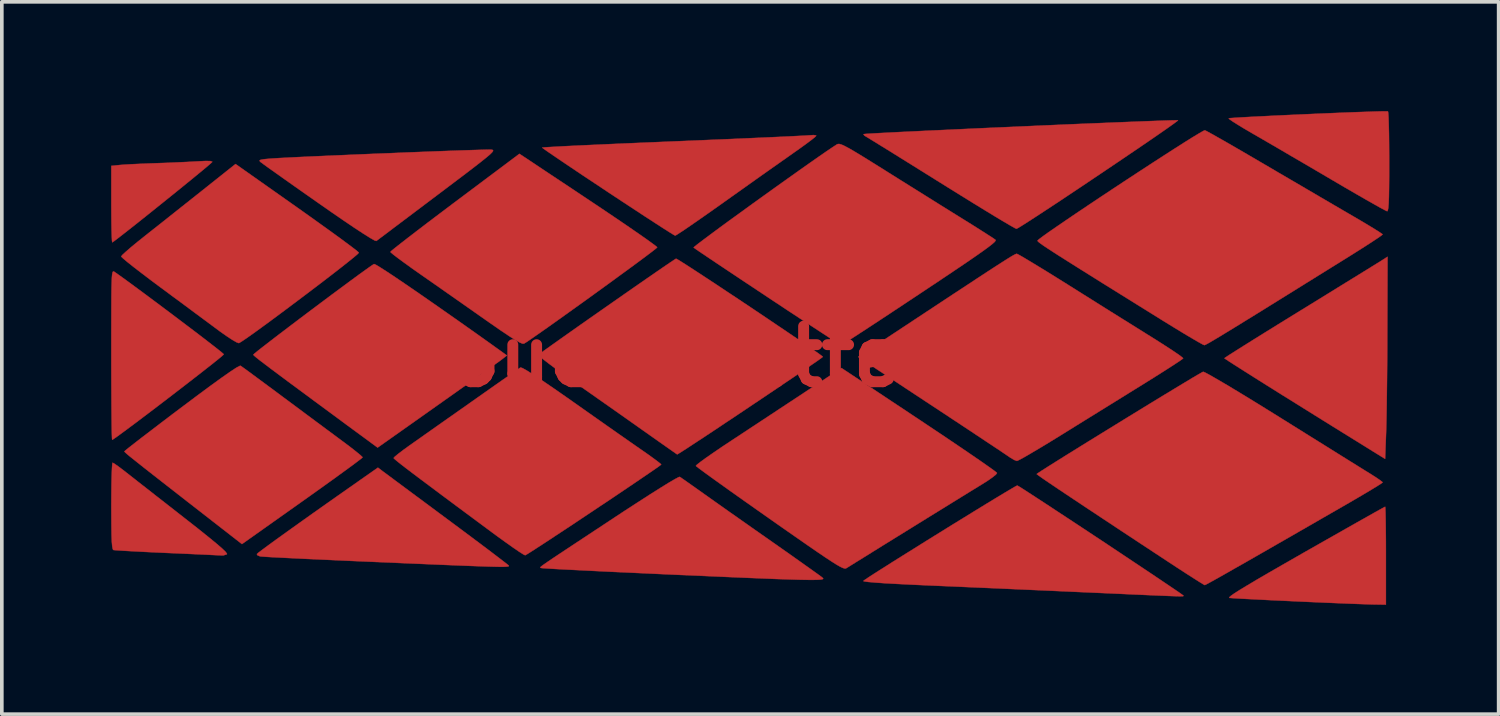
<source format=kicad_pcb>
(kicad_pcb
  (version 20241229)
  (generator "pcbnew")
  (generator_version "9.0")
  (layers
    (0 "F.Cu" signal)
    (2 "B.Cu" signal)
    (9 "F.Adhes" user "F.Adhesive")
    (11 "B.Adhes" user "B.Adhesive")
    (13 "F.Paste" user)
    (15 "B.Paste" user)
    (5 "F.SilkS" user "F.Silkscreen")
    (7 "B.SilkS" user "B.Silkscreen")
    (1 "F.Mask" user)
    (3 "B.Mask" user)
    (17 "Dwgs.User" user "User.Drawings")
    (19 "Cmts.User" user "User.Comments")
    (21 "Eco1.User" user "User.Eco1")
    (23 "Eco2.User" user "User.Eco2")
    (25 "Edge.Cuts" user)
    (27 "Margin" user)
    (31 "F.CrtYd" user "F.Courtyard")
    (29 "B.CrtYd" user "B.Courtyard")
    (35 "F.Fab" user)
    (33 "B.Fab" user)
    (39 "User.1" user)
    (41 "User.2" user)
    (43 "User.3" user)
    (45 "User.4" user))
  (footprint "touch_pattern_1"
    (layer "F.Cu")
    (at 17.521 6.738)
    (property "Reference" "touch_pattern_1" (at 0 0 0) (layer "F.Cu") (effects (font (size 1.524 1.524) (thickness 0.3))))
    (attr through_hole)
    (fp_poly (pts (xy -14.79 -5.366) (xy -14.743 -5.348) (xy -14.744 -5.344) (xy -14.781 -5.308) (xy -14.879 -5.223) (xy -15.028 -5.099) (xy -15.22 -4.941) (xy -15.445 -4.757) (xy -15.694 -4.555) (xy -15.958 -4.342) (xy -16.227 -4.126) (xy -16.492 -3.913) (xy -16.744 -3.712) (xy -16.974 -3.53) (xy -17.173 -3.374) (xy -17.331 -3.251) (xy -17.439 -3.169) (xy -17.488 -3.136) (xy -17.489 -3.136) (xy -17.497 -3.179) (xy -17.503 -3.298) (xy -17.509 -3.483) (xy -17.513 -3.72) (xy -17.515 -3.998) (xy -17.516 -4.185) (xy -17.516 -5.235) (xy -17.281 -5.259) (xy -17.155 -5.269) (xy -16.962 -5.28) (xy -16.721 -5.291) (xy -16.454 -5.302) (xy -16.284 -5.308) (xy -15.994 -5.318) (xy -15.701 -5.331) (xy -15.43 -5.343) (xy -15.209 -5.355) (xy -15.124 -5.36) (xy -14.919 -5.37) (xy -14.79 -5.366)) (stroke (width 0.01) (type solid)) (fill yes) (layer "F.Cu"))
    (fp_poly (pts (xy 17.509 -0.688) (xy 17.508 -0.235) (xy 17.505 0.217) (xy 17.501 0.654) (xy 17.496 1.063) (xy 17.491 1.43) (xy 17.485 1.743) (xy 17.479 1.987) (xy 17.476 2.087) (xy 17.449 2.808) (xy 17.135 2.614) (xy 16.571 2.264) (xy 16.032 1.93) (xy 15.522 1.613) (xy 15.046 1.316) (xy 14.609 1.044) (xy 14.216 0.798) (xy 13.871 0.581) (xy 13.58 0.397) (xy 13.346 0.248) (xy 13.174 0.138) (xy 13.07 0.069) (xy 13.037 0.045) (xy 13.074 0.018) (xy 13.18 -0.052) (xy 13.349 -0.159) (xy 13.574 -0.301) (xy 13.848 -0.472) (xy 14.163 -0.668) (xy 14.513 -0.885) (xy 14.892 -1.119) (xy 15.131 -1.266) (xy 15.528 -1.51) (xy 15.906 -1.743) (xy 16.257 -1.96) (xy 16.574 -2.155) (xy 16.848 -2.324) (xy 17.073 -2.463) (xy 17.241 -2.567) (xy 17.344 -2.631) (xy 17.37 -2.648) (xy 17.516 -2.741) (xy 17.509 -0.688)) (stroke (width 0.01) (type solid)) (fill yes) (layer "F.Cu"))
    (fp_poly (pts (xy 17.455 4.164) (xy 17.46 4.286) (xy 17.464 4.475) (xy 17.467 4.721) (xy 17.47 5.013) (xy 17.471 5.34) (xy 17.471 5.465) (xy 17.471 6.809) (xy 17.101 6.803) (xy 16.972 6.799) (xy 16.766 6.792) (xy 16.495 6.782) (xy 16.173 6.769) (xy 15.812 6.754) (xy 15.425 6.737) (xy 15.023 6.719) (xy 15.007 6.718) (xy 14.619 6.7) (xy 14.255 6.683) (xy 13.927 6.666) (xy 13.645 6.652) (xy 13.42 6.64) (xy 13.261 6.63) (xy 13.179 6.624) (xy 13.174 6.623) (xy 13.17 6.608) (xy 13.213 6.569) (xy 13.307 6.502) (xy 13.456 6.407) (xy 13.664 6.281) (xy 13.934 6.12) (xy 14.271 5.924) (xy 14.678 5.69) (xy 15.158 5.415) (xy 15.247 5.364) (xy 15.652 5.134) (xy 16.033 4.918) (xy 16.383 4.719) (xy 16.696 4.542) (xy 16.964 4.391) (xy 17.18 4.269) (xy 17.337 4.182) (xy 17.429 4.132) (xy 17.45 4.121) (xy 17.455 4.164)) (stroke (width 0.01) (type solid)) (fill yes) (layer "F.Cu"))
    (fp_poly (pts (xy -17.433 2.938) (xy -17.332 3.008) (xy -17.195 3.111) (xy -17.089 3.194) (xy -16.966 3.29) (xy -16.785 3.433) (xy -16.555 3.612) (xy -16.29 3.82) (xy -15.999 4.047) (xy -15.696 4.284) (xy -15.507 4.432) (xy -15.152 4.71) (xy -14.866 4.939) (xy -14.645 5.12) (xy -14.486 5.256) (xy -14.386 5.351) (xy -14.342 5.408) (xy -14.342 5.426) (xy -14.438 5.457) (xy -14.469 5.458) (xy -14.529 5.455) (xy -14.667 5.449) (xy -14.872 5.439) (xy -15.133 5.427) (xy -15.439 5.413) (xy -15.777 5.398) (xy -15.97 5.39) (xy -16.321 5.374) (xy -16.645 5.358) (xy -16.929 5.343) (xy -17.164 5.33) (xy -17.338 5.319) (xy -17.439 5.311) (xy -17.46 5.308) (xy -17.477 5.281) (xy -17.491 5.208) (xy -17.502 5.081) (xy -17.509 4.892) (xy -17.513 4.633) (xy -17.515 4.297) (xy -17.516 4.1) (xy -17.514 3.785) (xy -17.511 3.5) (xy -17.505 3.259) (xy -17.498 3.073) (xy -17.49 2.953) (xy -17.481 2.912) (xy -17.433 2.938)) (stroke (width 0.01) (type solid)) (fill yes) (layer "F.Cu"))
    (fp_poly (pts (xy -10.252 -2.519) (xy -10.134 -2.448) (xy -9.953 -2.332) (xy -9.715 -2.174) (xy -9.424 -1.977) (xy -9.086 -1.745) (xy -8.706 -1.481) (xy -8.288 -1.189) (xy -7.838 -0.873) (xy -7.361 -0.535) (xy -6.945 -0.238) (xy -6.656 -0.031) (xy -6.806 0.085) (xy -6.874 0.135) (xy -7.007 0.23) (xy -7.196 0.366) (xy -7.433 0.535) (xy -7.711 0.733) (xy -8.02 0.952) (xy -8.353 1.188) (xy -8.582 1.35) (xy -10.206 2.498) (xy -11.036 1.888) (xy -11.541 1.515) (xy -11.979 1.192) (xy -12.353 0.915) (xy -12.669 0.682) (xy -12.93 0.487) (xy -13.142 0.329) (xy -13.308 0.203) (xy -13.434 0.107) (xy -13.523 0.037) (xy -13.58 -0.011) (xy -13.611 -0.04) (xy -13.618 -0.052) (xy -13.584 -0.085) (xy -13.486 -0.165) (xy -13.333 -0.285) (xy -13.134 -0.439) (xy -12.898 -0.62) (xy -12.633 -0.821) (xy -12.348 -1.037) (xy -12.052 -1.26) (xy -11.753 -1.484) (xy -11.46 -1.703) (xy -11.181 -1.909) (xy -10.926 -2.098) (xy -10.704 -2.261) (xy -10.521 -2.392) (xy -10.389 -2.486) (xy -10.314 -2.535) (xy -10.303 -2.541) (xy -10.252 -2.519)) (stroke (width 0.01) (type solid)) (fill yes) (layer "F.Cu"))
    (fp_poly (pts (xy 17.527 -6.731) (xy 17.535 -6.684) (xy 17.543 -6.558) (xy 17.549 -6.365) (xy 17.555 -6.115) (xy 17.558 -5.82) (xy 17.56 -5.49) (xy 17.56 -5.351) (xy 17.56 -4.948) (xy 17.557 -4.627) (xy 17.553 -4.381) (xy 17.546 -4.202) (xy 17.536 -4.082) (xy 17.523 -4.014) (xy 17.507 -3.99) (xy 17.504 -3.99) (xy 17.455 -4.013) (xy 17.336 -4.076) (xy 17.158 -4.176) (xy 16.93 -4.305) (xy 16.659 -4.461) (xy 16.355 -4.637) (xy 16.026 -4.83) (xy 15.97 -4.863) (xy 15.604 -5.078) (xy 15.232 -5.296) (xy 14.868 -5.508) (xy 14.527 -5.708) (xy 14.223 -5.885) (xy 13.969 -6.032) (xy 13.811 -6.123) (xy 13.592 -6.251) (xy 13.406 -6.364) (xy 13.262 -6.455) (xy 13.175 -6.516) (xy 13.154 -6.539) (xy 13.202 -6.546) (xy 13.329 -6.555) (xy 13.524 -6.567) (xy 13.777 -6.581) (xy 14.078 -6.596) (xy 14.415 -6.613) (xy 14.778 -6.63) (xy 15.157 -6.647) (xy 15.541 -6.664) (xy 15.92 -6.68) (xy 16.282 -6.695) (xy 16.618 -6.708) (xy 16.916 -6.718) (xy 17.167 -6.727) (xy 17.36 -6.732) (xy 17.483 -6.733) (xy 17.527 -6.731)) (stroke (width 0.01) (type solid)) (fill yes) (layer "F.Cu"))
    (fp_poly (pts (xy -17.436 -2.33) (xy -17.427 -2.324) (xy -17.285 -2.224) (xy -17.097 -2.088) (xy -16.871 -1.922) (xy -16.615 -1.733) (xy -16.339 -1.528) (xy -16.053 -1.314) (xy -15.763 -1.096) (xy -15.481 -0.883) (xy -15.214 -0.681) (xy -14.972 -0.496) (xy -14.764 -0.335) (xy -14.598 -0.206) (xy -14.484 -0.114) (xy -14.431 -0.067) (xy -14.428 -0.063) (xy -14.462 -0.029) (xy -14.558 0.052) (xy -14.708 0.173) (xy -14.904 0.327) (xy -15.135 0.508) (xy -15.393 0.708) (xy -15.669 0.921) (xy -15.954 1.14) (xy -16.239 1.358) (xy -16.516 1.568) (xy -16.775 1.764) (xy -17.008 1.938) (xy -17.205 2.084) (xy -17.357 2.195) (xy -17.456 2.264) (xy -17.492 2.285) (xy -17.497 2.241) (xy -17.501 2.117) (xy -17.505 1.919) (xy -17.508 1.657) (xy -17.511 1.338) (xy -17.513 0.971) (xy -17.515 0.564) (xy -17.516 0.127) (xy -17.516 -0.05) (xy -17.516 -0.567) (xy -17.515 -1.001) (xy -17.514 -1.359) (xy -17.513 -1.648) (xy -17.51 -1.876) (xy -17.505 -2.049) (xy -17.5 -2.175) (xy -17.492 -2.259) (xy -17.482 -2.31) (xy -17.469 -2.334) (xy -17.454 -2.338) (xy -17.436 -2.33)) (stroke (width 0.01) (type solid)) (fill yes) (layer "F.Cu"))
    (fp_poly (pts (xy -4.422 -4.308) (xy -4.054 -4.062) (xy -3.71 -3.83) (xy -3.396 -3.617) (xy -3.12 -3.427) (xy -2.888 -3.266) (xy -2.709 -3.138) (xy -2.588 -3.049) (xy -2.534 -3.003) (xy -2.531 -2.998) (xy -2.566 -2.966) (xy -2.666 -2.887) (xy -2.822 -2.769) (xy -3.026 -2.617) (xy -3.269 -2.438) (xy -3.543 -2.238) (xy -3.84 -2.021) (xy -4.151 -1.796) (xy -4.467 -1.567) (xy -4.781 -1.342) (xy -5.084 -1.125) (xy -5.367 -0.923) (xy -5.623 -0.742) (xy -5.842 -0.589) (xy -6.016 -0.468) (xy -6.137 -0.387) (xy -6.187 -0.357) (xy -6.229 -0.356) (xy -6.305 -0.387) (xy -6.423 -0.453) (xy -6.589 -0.559) (xy -6.812 -0.708) (xy -7.096 -0.905) (xy -7.218 -0.99) (xy -7.54 -1.216) (xy -7.896 -1.466) (xy -8.263 -1.723) (xy -8.614 -1.969) (xy -8.925 -2.186) (xy -9.015 -2.249) (xy -9.256 -2.418) (xy -9.469 -2.572) (xy -9.645 -2.701) (xy -9.774 -2.8) (xy -9.845 -2.86) (xy -9.855 -2.873) (xy -9.821 -2.907) (xy -9.721 -2.989) (xy -9.563 -3.113) (xy -9.354 -3.276) (xy -9.1 -3.471) (xy -8.809 -3.693) (xy -8.487 -3.936) (xy -8.141 -4.197) (xy -8.085 -4.239) (xy -6.314 -5.566) (xy -4.422 -4.308)) (stroke (width 0.01) (type solid)) (fill yes) (layer "F.Cu"))
    (fp_poly (pts (xy -13.918 0.287) (xy -13.806 0.368) (xy -13.641 0.489) (xy -13.432 0.644) (xy -13.187 0.825) (xy -12.917 1.025) (xy -12.79 1.12) (xy -12.481 1.349) (xy -12.168 1.582) (xy -11.864 1.808) (xy -11.586 2.014) (xy -11.347 2.191) (xy -11.163 2.328) (xy -11.143 2.342) (xy -10.957 2.482) (xy -10.8 2.605) (xy -10.685 2.699) (xy -10.624 2.756) (xy -10.618 2.766) (xy -10.653 2.798) (xy -10.755 2.876) (xy -10.915 2.996) (xy -11.127 3.15) (xy -11.382 3.336) (xy -11.675 3.546) (xy -11.997 3.776) (xy -12.274 3.973) (xy -13.93 5.146) (xy -14.95 4.352) (xy -15.404 3.999) (xy -15.792 3.696) (xy -16.119 3.441) (xy -16.39 3.229) (xy -16.611 3.056) (xy -16.786 2.917) (xy -16.92 2.81) (xy -17.019 2.731) (xy -17.087 2.674) (xy -17.129 2.636) (xy -17.151 2.614) (xy -17.157 2.603) (xy -17.157 2.603) (xy -17.123 2.571) (xy -17.024 2.491) (xy -16.867 2.369) (xy -16.661 2.209) (xy -16.412 2.019) (xy -16.128 1.802) (xy -15.816 1.565) (xy -15.591 1.396) (xy -15.151 1.066) (xy -14.781 0.793) (xy -14.48 0.575) (xy -14.248 0.413) (xy -14.085 0.306) (xy -13.991 0.256) (xy -13.968 0.252) (xy -13.918 0.287)) (stroke (width 0.01) (type solid)) (fill yes) (layer "F.Cu"))
    (fp_poly (pts (xy -12.417 -4.095) (xy -12.073 -3.851) (xy -11.752 -3.621) (xy -11.461 -3.412) (xy -11.208 -3.228) (xy -11 -3.074) (xy -10.845 -2.957) (xy -10.75 -2.881) (xy -10.721 -2.852) (xy -10.754 -2.815) (xy -10.85 -2.733) (xy -11.002 -2.61) (xy -11.199 -2.454) (xy -11.434 -2.271) (xy -11.698 -2.068) (xy -11.982 -1.852) (xy -12.277 -1.629) (xy -12.575 -1.405) (xy -12.867 -1.187) (xy -13.145 -0.981) (xy -13.399 -0.795) (xy -13.62 -0.635) (xy -13.801 -0.507) (xy -13.933 -0.418) (xy -14.006 -0.374) (xy -14.015 -0.37) (xy -14.076 -0.392) (xy -14.193 -0.459) (xy -14.35 -0.562) (xy -14.532 -0.69) (xy -14.584 -0.729) (xy -14.753 -0.854) (xy -14.979 -1.022) (xy -15.247 -1.22) (xy -15.541 -1.439) (xy -15.848 -1.665) (xy -16.151 -1.89) (xy -16.163 -1.898) (xy -16.435 -2.101) (xy -16.681 -2.288) (xy -16.894 -2.452) (xy -17.064 -2.587) (xy -17.183 -2.686) (xy -17.24 -2.741) (xy -17.245 -2.749) (xy -17.211 -2.792) (xy -17.116 -2.879) (xy -16.974 -3.003) (xy -16.793 -3.152) (xy -16.589 -3.315) (xy -16.36 -3.496) (xy -16.08 -3.717) (xy -15.772 -3.962) (xy -15.454 -4.214) (xy -15.148 -4.457) (xy -15.021 -4.558) (xy -14.106 -5.286) (xy -12.417 -4.095)) (stroke (width 0.01) (type solid)) (fill yes) (layer "F.Cu"))
    (fp_poly (pts (xy -10.06 3.152) (xy -9.996 3.199) (xy -9.868 3.294) (xy -9.684 3.431) (xy -9.452 3.603) (xy -9.18 3.805) (xy -8.875 4.031) (xy -8.547 4.275) (xy -8.277 4.475) (xy -7.939 4.726) (xy -7.624 4.961) (xy -7.338 5.175) (xy -7.089 5.363) (xy -6.884 5.519) (xy -6.73 5.637) (xy -6.635 5.711) (xy -6.606 5.737) (xy -6.602 5.747) (xy -6.61 5.756) (xy -6.633 5.762) (xy -6.678 5.767) (xy -6.751 5.77) (xy -6.857 5.77) (xy -7.001 5.767) (xy -7.19 5.762) (xy -7.428 5.754) (xy -7.722 5.743) (xy -8.077 5.729) (xy -8.498 5.712) (xy -8.992 5.691) (xy -9.563 5.667) (xy -10.218 5.639) (xy -10.281 5.636) (xy -10.798 5.614) (xy -11.29 5.592) (xy -11.75 5.571) (xy -12.17 5.552) (xy -12.542 5.534) (xy -12.86 5.518) (xy -13.116 5.505) (xy -13.301 5.494) (xy -13.408 5.486) (xy -13.431 5.484) (xy -13.505 5.453) (xy -13.521 5.421) (xy -13.481 5.385) (xy -13.373 5.303) (xy -13.203 5.177) (xy -12.975 5.011) (xy -12.695 4.81) (xy -12.369 4.577) (xy -12.002 4.316) (xy -11.599 4.031) (xy -11.165 3.726) (xy -10.707 3.405) (xy -10.665 3.375) (xy -10.197 3.048) (xy -10.06 3.152)) (stroke (width 0.01) (type solid)) (fill yes) (layer "F.Cu"))
    (fp_poly (pts (xy -7.091 -5.681) (xy -7.056 -5.675) (xy -7.037 -5.664) (xy -7.038 -5.642) (xy -7.066 -5.604) (xy -7.126 -5.545) (xy -7.224 -5.462) (xy -7.364 -5.35) (xy -7.553 -5.203) (xy -7.796 -5.017) (xy -8.098 -4.789) (xy -8.465 -4.512) (xy -8.562 -4.439) (xy -8.898 -4.186) (xy -9.212 -3.949) (xy -9.498 -3.734) (xy -9.749 -3.545) (xy -9.955 -3.389) (xy -10.111 -3.272) (xy -10.209 -3.198) (xy -10.241 -3.174) (xy -10.29 -3.189) (xy -10.408 -3.256) (xy -10.592 -3.371) (xy -10.838 -3.532) (xy -11.143 -3.738) (xy -11.503 -3.986) (xy -11.831 -4.215) (xy -12.162 -4.447) (xy -12.472 -4.665) (xy -12.752 -4.863) (xy -12.995 -5.035) (xy -13.192 -5.175) (xy -13.336 -5.279) (xy -13.418 -5.34) (xy -13.433 -5.352) (xy -13.448 -5.381) (xy -13.416 -5.402) (xy -13.325 -5.418) (xy -13.161 -5.433) (xy -13.075 -5.439) (xy -12.909 -5.449) (xy -12.675 -5.461) (xy -12.38 -5.476) (xy -12.036 -5.492) (xy -11.65 -5.509) (xy -11.232 -5.527) (xy -10.791 -5.546) (xy -10.337 -5.565) (xy -9.878 -5.583) (xy -9.425 -5.602) (xy -8.986 -5.619) (xy -8.571 -5.635) (xy -8.188 -5.649) (xy -7.848 -5.661) (xy -7.559 -5.67) (xy -7.331 -5.677) (xy -7.173 -5.681) (xy -7.094 -5.681) (xy -7.091 -5.681)) (stroke (width 0.01) (type solid)) (fill yes) (layer "F.Cu"))
    (fp_poly (pts (xy 1.828 -6.071) (xy 1.834 -6.062) (xy 1.799 -6.025) (xy 1.701 -5.947) (xy 1.554 -5.837) (xy 1.37 -5.704) (xy 1.222 -5.6) (xy 1.035 -5.468) (xy 0.789 -5.295) (xy 0.498 -5.09) (xy 0.177 -4.863) (xy -0.16 -4.623) (xy -0.5 -4.382) (xy -0.691 -4.246) (xy -0.993 -4.032) (xy -1.273 -3.835) (xy -1.522 -3.662) (xy -1.731 -3.518) (xy -1.893 -3.41) (xy -1.998 -3.342) (xy -2.038 -3.321) (xy -2.083 -3.345) (xy -2.196 -3.415) (xy -2.368 -3.524) (xy -2.592 -3.669) (xy -2.862 -3.844) (xy -3.168 -4.045) (xy -3.505 -4.266) (xy -3.865 -4.504) (xy -3.885 -4.517) (xy -4.244 -4.756) (xy -4.58 -4.979) (xy -4.884 -5.183) (xy -5.15 -5.362) (xy -5.371 -5.512) (xy -5.539 -5.627) (xy -5.647 -5.703) (xy -5.688 -5.735) (xy -5.688 -5.736) (xy -5.645 -5.741) (xy -5.518 -5.75) (xy -5.316 -5.761) (xy -5.044 -5.776) (xy -4.71 -5.792) (xy -4.319 -5.81) (xy -3.879 -5.83) (xy -3.397 -5.851) (xy -2.879 -5.873) (xy -2.331 -5.896) (xy -2.117 -5.905) (xy -1.554 -5.928) (xy -1.014 -5.951) (xy -0.504 -5.972) (xy -0.031 -5.993) (xy 0.399 -6.012) (xy 0.777 -6.029) (xy 1.096 -6.044) (xy 1.35 -6.057) (xy 1.531 -6.066) (xy 1.632 -6.073) (xy 1.646 -6.074) (xy 1.761 -6.081) (xy 1.828 -6.071)) (stroke (width 0.01) (type solid)) (fill yes) (layer "F.Cu"))
    (fp_poly (pts (xy 11.765 -6.486) (xy 11.738 -6.461) (xy 11.644 -6.391) (xy 11.491 -6.282) (xy 11.286 -6.139) (xy 11.038 -5.968) (xy 10.754 -5.774) (xy 10.441 -5.562) (xy 10.109 -5.337) (xy 9.763 -5.104) (xy 9.413 -4.869) (xy 9.066 -4.636) (xy 8.73 -4.412) (xy 8.412 -4.201) (xy 8.12 -4.009) (xy 7.862 -3.84) (xy 7.647 -3.701) (xy 7.48 -3.595) (xy 7.372 -3.529) (xy 7.329 -3.508) (xy 7.283 -3.529) (xy 7.168 -3.594) (xy 6.991 -3.698) (xy 6.76 -3.836) (xy 6.482 -4.005) (xy 6.164 -4.2) (xy 5.813 -4.417) (xy 5.436 -4.651) (xy 5.241 -4.773) (xy 4.854 -5.014) (xy 4.489 -5.242) (xy 4.154 -5.45) (xy 3.856 -5.636) (xy 3.601 -5.793) (xy 3.397 -5.919) (xy 3.252 -6.008) (xy 3.172 -6.056) (xy 3.158 -6.063) (xy 3.132 -6.097) (xy 3.137 -6.106) (xy 3.184 -6.112) (xy 3.313 -6.12) (xy 3.516 -6.132) (xy 3.786 -6.146) (xy 4.116 -6.163) (xy 4.498 -6.181) (xy 4.925 -6.202) (xy 5.389 -6.223) (xy 5.883 -6.246) (xy 6.399 -6.27) (xy 6.929 -6.293) (xy 7.467 -6.317) (xy 8.005 -6.341) (xy 8.535 -6.364) (xy 9.05 -6.386) (xy 9.542 -6.406) (xy 10.004 -6.425) (xy 10.428 -6.442) (xy 10.807 -6.457) (xy 11.134 -6.469) (xy 11.401 -6.479) (xy 11.6 -6.485) (xy 11.724 -6.487) (xy 11.765 -6.486)) (stroke (width 0.01) (type solid)) (fill yes) (layer "F.Cu"))
    (fp_poly (pts (xy 4.657 1.728) (xy 5.048 1.989) (xy 5.417 2.236) (xy 5.756 2.465) (xy 6.059 2.671) (xy 6.319 2.849) (xy 6.529 2.996) (xy 6.683 3.105) (xy 6.774 3.174) (xy 6.797 3.195) (xy 6.765 3.239) (xy 6.67 3.315) (xy 6.53 3.413) (xy 6.393 3.499) (xy 6.268 3.576) (xy 6.085 3.688) (xy 5.853 3.831) (xy 5.581 3.999) (xy 5.28 4.185) (xy 4.957 4.384) (xy 4.624 4.59) (xy 4.288 4.798) (xy 3.96 5.001) (xy 3.649 5.193) (xy 3.365 5.37) (xy 3.116 5.525) (xy 2.912 5.651) (xy 2.762 5.745) (xy 2.676 5.798) (xy 2.664 5.806) (xy 2.64 5.816) (xy 2.606 5.815) (xy 2.556 5.798) (xy 2.484 5.763) (xy 2.385 5.706) (xy 2.252 5.622) (xy 2.08 5.509) (xy 1.862 5.361) (xy 1.593 5.176) (xy 1.267 4.949) (xy 0.878 4.678) (xy 0.559 4.454) (xy 0.181 4.188) (xy -0.174 3.938) (xy -0.5 3.707) (xy -0.79 3.5) (xy -1.037 3.323) (xy -1.235 3.179) (xy -1.377 3.074) (xy -1.456 3.013) (xy -1.471 3) (xy -1.439 2.965) (xy -1.341 2.888) (xy -1.188 2.777) (xy -0.988 2.638) (xy -0.752 2.477) (xy -0.507 2.315) (xy -0.176 2.097) (xy 0.203 1.847) (xy 0.604 1.583) (xy 0.999 1.322) (xy 1.364 1.082) (xy 1.498 0.993) (xy 2.527 0.314) (xy 4.657 1.728)) (stroke (width 0.01) (type solid)) (fill yes) (layer "F.Cu"))
    (fp_poly (pts (xy 7.387 -2.799) (xy 7.503 -2.733) (xy 7.676 -2.63) (xy 7.899 -2.495) (xy 8.162 -2.334) (xy 8.457 -2.151) (xy 8.769 -1.956) (xy 9.135 -1.726) (xy 9.521 -1.484) (xy 9.909 -1.24) (xy 10.283 -1.007) (xy 10.624 -0.794) (xy 10.915 -0.612) (xy 11.033 -0.539) (xy 11.283 -0.381) (xy 11.505 -0.238) (xy 11.688 -0.117) (xy 11.822 -0.024) (xy 11.895 0.034) (xy 11.907 0.048) (xy 11.867 0.08) (xy 11.76 0.153) (xy 11.596 0.26) (xy 11.385 0.395) (xy 11.137 0.552) (xy 10.86 0.725) (xy 10.796 0.765) (xy 10.442 0.984) (xy 10.039 1.234) (xy 9.611 1.499) (xy 9.184 1.763) (xy 8.786 2.01) (xy 8.551 2.156) (xy 8.261 2.334) (xy 7.994 2.496) (xy 7.759 2.635) (xy 7.568 2.747) (xy 7.428 2.824) (xy 7.352 2.861) (xy 7.341 2.864) (xy 7.269 2.837) (xy 7.161 2.774) (xy 7.123 2.747) (xy 7.056 2.702) (xy 6.922 2.611) (xy 6.728 2.482) (xy 6.482 2.319) (xy 6.192 2.126) (xy 5.865 1.909) (xy 5.509 1.674) (xy 5.131 1.424) (xy 4.975 1.322) (xy 2.985 0.009) (xy 4.639 -1.083) (xy 5.151 -1.421) (xy 5.593 -1.713) (xy 5.971 -1.961) (xy 6.29 -2.171) (xy 6.554 -2.344) (xy 6.77 -2.484) (xy 6.942 -2.594) (xy 7.075 -2.679) (xy 7.174 -2.74) (xy 7.246 -2.782) (xy 7.294 -2.807) (xy 7.324 -2.819) (xy 7.339 -2.822) (xy 7.387 -2.799)) (stroke (width 0.01) (type solid)) (fill yes) (layer "F.Cu"))
    (fp_poly (pts (xy -1.859 3.337) (xy -1.747 3.415) (xy -1.589 3.527) (xy -1.398 3.662) (xy -1.254 3.764) (xy -1.067 3.897) (xy -0.821 4.071) (xy -0.531 4.276) (xy -0.209 4.502) (xy 0.129 4.74) (xy 0.469 4.978) (xy 0.65 5.105) (xy 0.954 5.318) (xy 1.236 5.517) (xy 1.488 5.696) (xy 1.701 5.847) (xy 1.866 5.965) (xy 1.974 6.044) (xy 2.014 6.076) (xy 2.025 6.091) (xy 2.02 6.104) (xy 1.993 6.115) (xy 1.939 6.122) (xy 1.854 6.127) (xy 1.732 6.129) (xy 1.569 6.128) (xy 1.36 6.124) (xy 1.098 6.116) (xy 0.781 6.106) (xy 0.402 6.091) (xy -0.044 6.073) (xy -0.56 6.051) (xy -1.153 6.025) (xy -1.828 5.996) (xy -2.303 5.975) (xy -2.847 5.95) (xy -3.364 5.926) (xy -3.849 5.904) (xy -4.293 5.882) (xy -4.689 5.862) (xy -5.032 5.845) (xy -5.314 5.83) (xy -5.529 5.817) (xy -5.668 5.808) (xy -5.726 5.802) (xy -5.727 5.801) (xy -5.735 5.796) (xy -5.74 5.791) (xy -5.738 5.782) (xy -5.723 5.766) (xy -5.687 5.737) (xy -5.626 5.694) (xy -5.534 5.63) (xy -5.404 5.542) (xy -5.23 5.426) (xy -5.008 5.279) (xy -4.73 5.095) (xy -4.392 4.872) (xy -3.986 4.604) (xy -3.838 4.506) (xy -3.43 4.237) (xy -3.058 3.996) (xy -2.729 3.784) (xy -2.448 3.607) (xy -2.22 3.466) (xy -2.051 3.367) (xy -1.946 3.311) (xy -1.912 3.301) (xy -1.859 3.337)) (stroke (width 0.01) (type solid)) (fill yes) (layer "F.Cu"))
    (fp_poly (pts (xy 7.395 3.563) (xy 7.504 3.631) (xy 7.671 3.739) (xy 7.889 3.881) (xy 8.15 4.051) (xy 8.446 4.246) (xy 8.769 4.458) (xy 9.112 4.684) (xy 9.466 4.918) (xy 9.824 5.155) (xy 10.177 5.39) (xy 10.519 5.618) (xy 10.84 5.832) (xy 11.134 6.029) (xy 11.393 6.203) (xy 11.608 6.348) (xy 11.773 6.46) (xy 11.878 6.534) (xy 11.916 6.563) (xy 11.916 6.563) (xy 11.916 6.569) (xy 11.911 6.573) (xy 11.895 6.577) (xy 11.861 6.578) (xy 11.803 6.579) (xy 11.714 6.577) (xy 11.587 6.573) (xy 11.415 6.566) (xy 11.193 6.557) (xy 10.914 6.545) (xy 10.57 6.53) (xy 10.155 6.511) (xy 9.663 6.489) (xy 9.183 6.468) (xy 8.648 6.444) (xy 8.072 6.418) (xy 7.472 6.392) (xy 6.871 6.365) (xy 6.287 6.34) (xy 5.74 6.316) (xy 5.25 6.295) (xy 4.972 6.283) (xy 4.483 6.261) (xy 4.063 6.24) (xy 3.716 6.221) (xy 3.446 6.202) (xy 3.255 6.185) (xy 3.149 6.17) (xy 3.125 6.16) (xy 3.164 6.13) (xy 3.271 6.058) (xy 3.437 5.95) (xy 3.655 5.812) (xy 3.915 5.647) (xy 4.21 5.462) (xy 4.531 5.262) (xy 4.868 5.051) (xy 5.215 4.836) (xy 5.563 4.62) (xy 5.903 4.411) (xy 6.226 4.212) (xy 6.525 4.029) (xy 6.79 3.868) (xy 7.014 3.733) (xy 7.188 3.63) (xy 7.303 3.563) (xy 7.352 3.539) (xy 7.352 3.539) (xy 7.395 3.563)) (stroke (width 0.01) (type solid)) (fill yes) (layer "F.Cu"))
    (fp_poly (pts (xy -6.232 0.315) (xy -6.111 0.382) (xy -5.926 0.499) (xy -5.68 0.662) (xy -5.375 0.87) (xy -5.016 1.12) (xy -4.872 1.221) (xy -4.536 1.458) (xy -4.198 1.696) (xy -3.871 1.926) (xy -3.569 2.138) (xy -3.304 2.323) (xy -3.089 2.473) (xy -2.969 2.556) (xy -2.777 2.69) (xy -2.615 2.807) (xy -2.494 2.898) (xy -2.429 2.952) (xy -2.421 2.962) (xy -2.456 2.991) (xy -2.558 3.064) (xy -2.718 3.174) (xy -2.926 3.316) (xy -3.175 3.485) (xy -3.455 3.674) (xy -3.758 3.878) (xy -4.076 4.09) (xy -4.399 4.306) (xy -4.719 4.519) (xy -5.028 4.724) (xy -5.317 4.914) (xy -5.576 5.085) (xy -5.798 5.229) (xy -5.974 5.343) (xy -6.095 5.419) (xy -6.153 5.452) (xy -6.156 5.453) (xy -6.204 5.43) (xy -6.313 5.361) (xy -6.473 5.252) (xy -6.672 5.111) (xy -6.901 4.946) (xy -7.056 4.832) (xy -7.577 4.446) (xy -8.031 4.109) (xy -8.421 3.819) (xy -8.751 3.572) (xy -9.027 3.366) (xy -9.251 3.197) (xy -9.429 3.062) (xy -9.564 2.957) (xy -9.661 2.88) (xy -9.724 2.827) (xy -9.758 2.796) (xy -9.766 2.783) (xy -9.731 2.744) (xy -9.637 2.667) (xy -9.498 2.561) (xy -9.329 2.439) (xy -8.881 2.123) (xy -8.45 1.819) (xy -8.04 1.531) (xy -7.659 1.263) (xy -7.313 1.019) (xy -7.006 0.803) (xy -6.746 0.621) (xy -6.538 0.475) (xy -6.387 0.37) (xy -6.301 0.31) (xy -6.283 0.299) (xy -6.232 0.315)) (stroke (width 0.01) (type solid)) (fill yes) (layer "F.Cu"))
    (fp_poly (pts (xy -1.968 -2.664) (xy -1.856 -2.595) (xy -1.688 -2.488) (xy -1.471 -2.347) (xy -1.213 -2.178) (xy -0.924 -1.988) (xy -0.611 -1.78) (xy -0.282 -1.562) (xy 0.053 -1.338) (xy 0.388 -1.114) (xy 0.712 -0.895) (xy 1.019 -0.688) (xy 1.299 -0.498) (xy 1.545 -0.33) (xy 1.748 -0.19) (xy 1.899 -0.084) (xy 1.991 -0.016) (xy 2.016 0.006) (xy 1.98 0.035) (xy 1.878 0.108) (xy 1.717 0.219) (xy 1.507 0.363) (xy 1.256 0.534) (xy 0.971 0.726) (xy 0.662 0.935) (xy 0.337 1.153) (xy 0.003 1.377) (xy -0.33 1.6) (xy -0.655 1.816) (xy -0.962 2.021) (xy -1.244 2.208) (xy -1.493 2.371) (xy -1.699 2.507) (xy -1.855 2.607) (xy -1.953 2.668) (xy -1.983 2.685) (xy -2.021 2.659) (xy -2.122 2.588) (xy -2.276 2.48) (xy -2.474 2.341) (xy -2.705 2.178) (xy -2.912 2.032) (xy -3.225 1.811) (xy -3.586 1.556) (xy -3.969 1.287) (xy -4.349 1.02) (xy -4.701 0.773) (xy -4.828 0.684) (xy -5.089 0.499) (xy -5.322 0.331) (xy -5.517 0.185) (xy -5.667 0.069) (xy -5.762 -0.011) (xy -5.792 -0.047) (xy -5.791 -0.048) (xy -5.739 -0.089) (xy -5.623 -0.174) (xy -5.452 -0.296) (xy -5.234 -0.451) (xy -4.978 -0.632) (xy -4.693 -0.833) (xy -4.387 -1.048) (xy -4.068 -1.271) (xy -3.744 -1.497) (xy -3.425 -1.72) (xy -3.119 -1.933) (xy -2.833 -2.131) (xy -2.577 -2.308) (xy -2.359 -2.458) (xy -2.187 -2.575) (xy -2.07 -2.653) (xy -2.016 -2.687) (xy -2.014 -2.688) (xy -1.968 -2.664)) (stroke (width 0.01) (type solid)) (fill yes) (layer "F.Cu"))
    (fp_poly (pts (xy 12.505 0.436) (xy 12.623 0.499) (xy 12.803 0.602) (xy 13.038 0.739) (xy 13.32 0.908) (xy 13.642 1.103) (xy 13.997 1.321) (xy 14.378 1.557) (xy 14.628 1.713) (xy 15.032 1.965) (xy 15.423 2.209) (xy 15.792 2.439) (xy 16.13 2.65) (xy 16.43 2.837) (xy 16.684 2.995) (xy 16.881 3.118) (xy 17.016 3.201) (xy 17.057 3.226) (xy 17.204 3.32) (xy 17.316 3.397) (xy 17.376 3.445) (xy 17.381 3.454) (xy 17.344 3.483) (xy 17.239 3.55) (xy 17.077 3.649) (xy 16.868 3.774) (xy 16.623 3.918) (xy 16.385 4.056) (xy 15.69 4.456) (xy 15.07 4.813) (xy 14.523 5.127) (xy 14.047 5.4) (xy 13.639 5.634) (xy 13.297 5.828) (xy 13.02 5.986) (xy 12.803 6.108) (xy 12.646 6.195) (xy 12.546 6.249) (xy 12.501 6.271) (xy 12.498 6.272) (xy 12.454 6.248) (xy 12.345 6.181) (xy 12.181 6.077) (xy 11.972 5.943) (xy 11.729 5.785) (xy 11.46 5.609) (xy 11.441 5.596) (xy 10.771 5.155) (xy 10.175 4.762) (xy 9.651 4.415) (xy 9.198 4.115) (xy 8.815 3.86) (xy 8.5 3.65) (xy 8.251 3.482) (xy 8.067 3.357) (xy 7.948 3.273) (xy 7.891 3.23) (xy 7.885 3.224) (xy 7.922 3.197) (xy 8.027 3.128) (xy 8.193 3.022) (xy 8.411 2.885) (xy 8.673 2.721) (xy 8.971 2.536) (xy 9.297 2.334) (xy 9.644 2.12) (xy 10.002 1.9) (xy 10.364 1.677) (xy 10.721 1.458) (xy 11.066 1.247) (xy 11.391 1.049) (xy 11.687 0.87) (xy 11.947 0.713) (xy 12.161 0.584) (xy 12.323 0.489) (xy 12.424 0.431) (xy 12.455 0.416) (xy 12.505 0.436)) (stroke (width 0.01) (type solid)) (fill yes) (layer "F.Cu"))
    (fp_poly (pts (xy 2.473 -5.835) (xy 2.533 -5.817) (xy 2.62 -5.777) (xy 2.742 -5.712) (xy 2.906 -5.616) (xy 3.12 -5.486) (xy 3.392 -5.317) (xy 3.73 -5.106) (xy 3.812 -5.054) (xy 4.166 -4.832) (xy 4.536 -4.601) (xy 4.904 -4.371) (xy 5.254 -4.152) (xy 5.569 -3.956) (xy 5.831 -3.793) (xy 5.913 -3.742) (xy 6.153 -3.593) (xy 6.369 -3.456) (xy 6.549 -3.341) (xy 6.681 -3.256) (xy 6.751 -3.207) (xy 6.757 -3.202) (xy 6.757 -3.182) (xy 6.727 -3.144) (xy 6.661 -3.086) (xy 6.554 -3.003) (xy 6.403 -2.893) (xy 6.202 -2.752) (xy 5.946 -2.576) (xy 5.63 -2.363) (xy 5.25 -2.108) (xy 4.801 -1.809) (xy 4.683 -1.731) (xy 4.291 -1.471) (xy 3.921 -1.226) (xy 3.58 -1.001) (xy 3.274 -0.8) (xy 3.011 -0.629) (xy 2.798 -0.49) (xy 2.64 -0.388) (xy 2.544 -0.329) (xy 2.518 -0.315) (xy 2.476 -0.339) (xy 2.366 -0.408) (xy 2.195 -0.518) (xy 1.971 -0.664) (xy 1.7 -0.841) (xy 1.39 -1.045) (xy 1.046 -1.271) (xy 0.677 -1.515) (xy 0.496 -1.635) (xy 0.117 -1.887) (xy -0.24 -2.124) (xy -0.568 -2.343) (xy -0.859 -2.537) (xy -1.107 -2.703) (xy -1.305 -2.836) (xy -1.445 -2.931) (xy -1.521 -2.984) (xy -1.532 -2.993) (xy -1.502 -3.023) (xy -1.407 -3.098) (xy -1.254 -3.214) (xy -1.052 -3.365) (xy -0.81 -3.544) (xy -0.534 -3.746) (xy -0.232 -3.964) (xy 0.086 -4.195) (xy 0.413 -4.43) (xy 0.742 -4.666) (xy 1.064 -4.895) (xy 1.37 -5.113) (xy 1.654 -5.313) (xy 1.907 -5.49) (xy 2.121 -5.638) (xy 2.289 -5.751) (xy 2.401 -5.824) (xy 2.401 -5.824) (xy 2.432 -5.836) (xy 2.473 -5.835)) (stroke (width 0.01) (type solid)) (fill yes) (layer "F.Cu"))
    (fp_poly (pts (xy 12.554 -6.186) (xy 12.676 -6.119) (xy 12.857 -6.017) (xy 13.09 -5.885) (xy 13.365 -5.726) (xy 13.675 -5.546) (xy 14.01 -5.35) (xy 14.137 -5.276) (xy 14.52 -5.051) (xy 14.916 -4.82) (xy 15.309 -4.59) (xy 15.684 -4.37) (xy 16.026 -4.17) (xy 16.321 -3.998) (xy 16.541 -3.87) (xy 16.787 -3.726) (xy 17.005 -3.596) (xy 17.183 -3.487) (xy 17.31 -3.406) (xy 17.375 -3.36) (xy 17.381 -3.353) (xy 17.345 -3.322) (xy 17.243 -3.251) (xy 17.086 -3.147) (xy 16.885 -3.017) (xy 16.651 -2.869) (xy 16.519 -2.786) (xy 15.869 -2.382) (xy 15.291 -2.023) (xy 14.781 -1.706) (xy 14.335 -1.429) (xy 13.948 -1.189) (xy 13.617 -0.985) (xy 13.338 -0.813) (xy 13.107 -0.672) (xy 12.92 -0.558) (xy 12.771 -0.469) (xy 12.659 -0.403) (xy 12.578 -0.357) (xy 12.525 -0.329) (xy 12.494 -0.316) (xy 12.487 -0.314) (xy 12.436 -0.337) (xy 12.319 -0.402) (xy 12.146 -0.503) (xy 11.927 -0.633) (xy 11.672 -0.788) (xy 11.389 -0.962) (xy 11.289 -1.024) (xy 10.699 -1.391) (xy 10.181 -1.713) (xy 9.729 -1.994) (xy 9.341 -2.237) (xy 9.01 -2.444) (xy 8.734 -2.618) (xy 8.506 -2.762) (xy 8.323 -2.88) (xy 8.18 -2.973) (xy 8.072 -3.045) (xy 7.996 -3.099) (xy 7.946 -3.137) (xy 7.918 -3.163) (xy 7.907 -3.179) (xy 7.907 -3.182) (xy 7.943 -3.217) (xy 8.047 -3.296) (xy 8.21 -3.413) (xy 8.426 -3.562) (xy 8.685 -3.739) (xy 8.98 -3.939) (xy 9.303 -4.156) (xy 9.646 -4.385) (xy 10.002 -4.621) (xy 10.362 -4.858) (xy 10.719 -5.092) (xy 11.064 -5.317) (xy 11.39 -5.528) (xy 11.689 -5.72) (xy 11.953 -5.888) (xy 12.174 -6.026) (xy 12.345 -6.129) (xy 12.457 -6.193) (xy 12.501 -6.212) (xy 12.554 -6.186)) (stroke (width 0.01) (type solid)) (fill yes) (layer "F.Cu")))
  (gr_rect
    (start -3 -3)
    (end 38.086 16.552)
    (stroke (width 0.1) (type default))
    (fill no)
    (layer "Edge.Cuts")))
</source>
